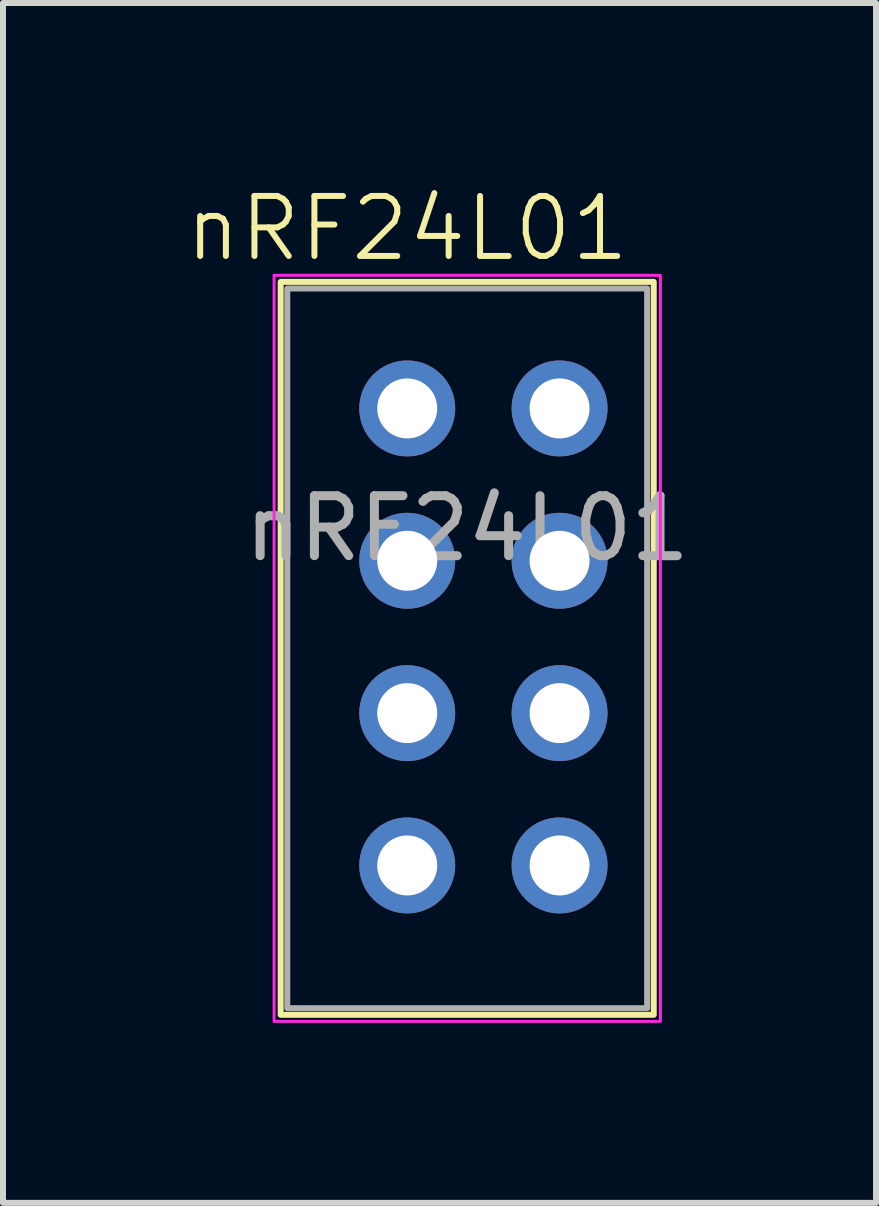
<source format=kicad_pcb>
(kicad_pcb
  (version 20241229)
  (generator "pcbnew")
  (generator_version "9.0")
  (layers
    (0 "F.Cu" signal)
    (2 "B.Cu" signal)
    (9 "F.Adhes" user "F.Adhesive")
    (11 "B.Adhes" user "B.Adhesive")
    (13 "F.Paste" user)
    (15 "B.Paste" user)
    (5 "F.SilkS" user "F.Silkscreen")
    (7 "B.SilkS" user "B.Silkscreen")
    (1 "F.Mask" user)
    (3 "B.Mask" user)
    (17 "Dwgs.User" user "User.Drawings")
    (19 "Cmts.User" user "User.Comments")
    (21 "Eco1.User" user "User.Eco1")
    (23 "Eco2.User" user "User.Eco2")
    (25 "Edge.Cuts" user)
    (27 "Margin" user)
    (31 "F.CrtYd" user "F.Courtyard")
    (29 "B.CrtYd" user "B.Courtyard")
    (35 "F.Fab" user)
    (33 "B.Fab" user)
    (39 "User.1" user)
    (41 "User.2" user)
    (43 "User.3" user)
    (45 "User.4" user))
  (footprint "nRF24L01"
    (layer "F.Cu")
    (at 3.74 3.76)
    (property "Reference" "nRF24L01" (at 0 -3 0) (unlocked yes) (layer "F.SilkS") (effects (font (size 1 1) (thickness 0.1))))
    (attr through_hole)
    (fp_rect (start -2.11 -2.11) (end 4.11 10.11) (stroke (width 0.1) (type default)) (fill no) (layer "F.SilkS"))
    (fp_rect (start -2.22 -2.22) (end 4.22 10.22) (stroke (width 0.05) (type default)) (fill no) (layer "F.CrtYd"))
    (fp_rect (start -2 -2) (end 4 10) (stroke (width 0.1) (type default)) (fill no) (layer "F.Fab"))
    (fp_text user "${REFERENCE}" (at 1 2 0) (unlocked yes) (layer "F.Fab") (effects (font (size 1 1) (thickness 0.15))))
    (pad "1" thru_hole circle (at 0 0) (size 1.6 1.6) (drill 1) (layers "*.Cu" "*.Mask"))
    (pad "2" thru_hole circle (at 0 2.54) (size 1.6 1.6) (drill 1) (layers "*.Cu" "*.Mask"))
    (pad "3" thru_hole circle (at 0 5.08) (size 1.6 1.6) (drill 1) (layers "*.Cu" "*.Mask"))
    (pad "4" thru_hole circle (at 0 7.62) (size 1.6 1.6) (drill 1) (layers "*.Cu" "*.Mask"))
    (pad "5" thru_hole circle (at 2.54 0) (size 1.6 1.6) (drill 1) (layers "*.Cu" "*.Mask"))
    (pad "6" thru_hole circle (at 2.54 2.54) (size 1.6 1.6) (drill 1) (layers "*.Cu" "*.Mask"))
    (pad "7" thru_hole circle (at 2.54 5.08) (size 1.6 1.6) (drill 1) (layers "*.Cu" "*.Mask"))
    (pad "8" thru_hole circle (at 2.54 7.62) (size 1.6 1.6) (drill 1) (layers "*.Cu" "*.Mask")))
  (gr_rect
    (start -3 -3)
    (end 11.556 17.006)
    (stroke (width 0.1) (type default))
    (fill no)
    (layer "Edge.Cuts")))
</source>
